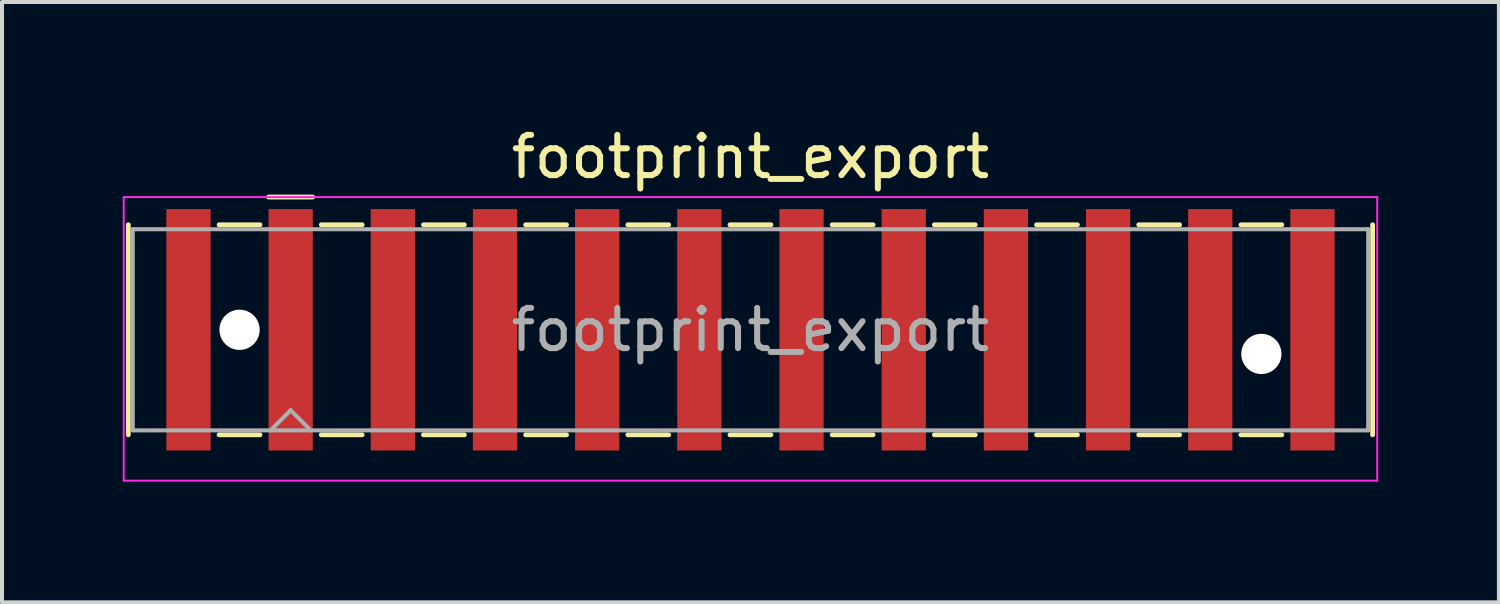
<source format=kicad_pcb>
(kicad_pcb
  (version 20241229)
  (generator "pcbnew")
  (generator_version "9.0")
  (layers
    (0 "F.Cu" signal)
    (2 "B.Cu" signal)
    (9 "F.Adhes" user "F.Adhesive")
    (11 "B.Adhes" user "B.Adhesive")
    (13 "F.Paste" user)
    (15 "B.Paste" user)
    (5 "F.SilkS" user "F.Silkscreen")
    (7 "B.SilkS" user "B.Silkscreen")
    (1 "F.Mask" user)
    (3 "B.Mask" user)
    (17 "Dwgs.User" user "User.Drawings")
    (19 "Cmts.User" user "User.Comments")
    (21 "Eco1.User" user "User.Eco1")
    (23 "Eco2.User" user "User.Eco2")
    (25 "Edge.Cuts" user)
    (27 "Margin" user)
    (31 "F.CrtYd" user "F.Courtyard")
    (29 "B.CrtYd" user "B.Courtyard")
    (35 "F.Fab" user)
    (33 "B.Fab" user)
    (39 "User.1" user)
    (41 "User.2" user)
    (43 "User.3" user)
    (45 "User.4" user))
  (footprint "footprint_export"
    (layer "F.Cu")
    (at 15.605 5.148)
    (property "Reference" "footprint_export" (at 0 -4.3 0) (layer "F.SilkS") (effects (font (size 1 1) (thickness 0.15))))
    (attr smd)
    (fp_line (start -15.465 -2.61) (end -15.465 2.61) (stroke (width 0.12) (type solid)) (layer "F.SilkS"))
    (fp_line (start -13.208 -2.61) (end -12.192 -2.61) (stroke (width 0.12) (type solid)) (layer "F.SilkS"))
    (fp_line (start -13.208 2.61) (end -12.192 2.61) (stroke (width 0.12) (type solid)) (layer "F.SilkS"))
    (fp_line (start -11.98 -3.3) (end -10.88 -3.3) (stroke (width 0.12) (type solid)) (layer "F.SilkS"))
    (fp_line (start -10.668 -2.61) (end -9.652 -2.61) (stroke (width 0.12) (type solid)) (layer "F.SilkS"))
    (fp_line (start -10.668 2.61) (end -9.652 2.61) (stroke (width 0.12) (type solid)) (layer "F.SilkS"))
    (fp_line (start -8.128 -2.61) (end -7.112 -2.61) (stroke (width 0.12) (type solid)) (layer "F.SilkS"))
    (fp_line (start -8.128 2.61) (end -7.112 2.61) (stroke (width 0.12) (type solid)) (layer "F.SilkS"))
    (fp_line (start -5.588 -2.61) (end -4.572 -2.61) (stroke (width 0.12) (type solid)) (layer "F.SilkS"))
    (fp_line (start -5.588 2.61) (end -4.572 2.61) (stroke (width 0.12) (type solid)) (layer "F.SilkS"))
    (fp_line (start -3.048 -2.61) (end -2.032 -2.61) (stroke (width 0.12) (type solid)) (layer "F.SilkS"))
    (fp_line (start -3.048 2.61) (end -2.032 2.61) (stroke (width 0.12) (type solid)) (layer "F.SilkS"))
    (fp_line (start -0.508 -2.61) (end 0.508 -2.61) (stroke (width 0.12) (type solid)) (layer "F.SilkS"))
    (fp_line (start -0.508 2.61) (end 0.508 2.61) (stroke (width 0.12) (type solid)) (layer "F.SilkS"))
    (fp_line (start 2.032 -2.61) (end 3.048 -2.61) (stroke (width 0.12) (type solid)) (layer "F.SilkS"))
    (fp_line (start 2.032 2.61) (end 3.048 2.61) (stroke (width 0.12) (type solid)) (layer "F.SilkS"))
    (fp_line (start 4.572 -2.61) (end 5.588 -2.61) (stroke (width 0.12) (type solid)) (layer "F.SilkS"))
    (fp_line (start 4.572 2.61) (end 5.588 2.61) (stroke (width 0.12) (type solid)) (layer "F.SilkS"))
    (fp_line (start 7.112 -2.61) (end 8.128 -2.61) (stroke (width 0.12) (type solid)) (layer "F.SilkS"))
    (fp_line (start 7.112 2.61) (end 8.128 2.61) (stroke (width 0.12) (type solid)) (layer "F.SilkS"))
    (fp_line (start 9.652 -2.61) (end 10.668 -2.61) (stroke (width 0.12) (type solid)) (layer "F.SilkS"))
    (fp_line (start 9.652 2.61) (end 10.668 2.61) (stroke (width 0.12) (type solid)) (layer "F.SilkS"))
    (fp_line (start 12.192 -2.61) (end 13.208 -2.61) (stroke (width 0.12) (type solid)) (layer "F.SilkS"))
    (fp_line (start 12.192 2.61) (end 13.208 2.61) (stroke (width 0.12) (type solid)) (layer "F.SilkS"))
    (fp_line (start 15.465 -2.61) (end 15.465 2.61) (stroke (width 0.12) (type solid)) (layer "F.SilkS"))
    (fp_line (start -15.58 -3.3) (end -15.58 3.75) (stroke (width 0.05) (type solid)) (layer "F.CrtYd"))
    (fp_line (start -15.58 3.75) (end 15.58 3.75) (stroke (width 0.05) (type solid)) (layer "F.CrtYd"))
    (fp_line (start 15.58 -3.3) (end -15.58 -3.3) (stroke (width 0.05) (type solid)) (layer "F.CrtYd"))
    (fp_line (start 15.58 3.75) (end 15.58 -3.3) (stroke (width 0.05) (type solid)) (layer "F.CrtYd"))
    (fp_line (start -15.355 -2.5) (end -15.355 2.5) (stroke (width 0.1) (type solid)) (layer "F.Fab"))
    (fp_line (start -15.355 2.5) (end 15.355 2.5) (stroke (width 0.1) (type solid)) (layer "F.Fab"))
    (fp_line (start -11.93 2.5) (end -11.43 2) (stroke (width 0.1) (type solid)) (layer "F.Fab"))
    (fp_line (start -11.43 2) (end -10.93 2.5) (stroke (width 0.1) (type solid)) (layer "F.Fab"))
    (fp_line (start 15.355 -2.5) (end -15.355 -2.5) (stroke (width 0.1) (type solid)) (layer "F.Fab"))
    (fp_line (start 15.355 2.5) (end 15.355 -2.5) (stroke (width 0.1) (type solid)) (layer "F.Fab"))
    (fp_text user "${REFERENCE}" (at 0 0 0) (layer "F.Fab") (effects (font (size 1 1) (thickness 0.15))))
    (pad "" np_thru_hole circle (at -12.7 0) (size 1 1) (drill 1) (layers "*.Cu" "*.Mask"))
    (pad "" np_thru_hole circle (at 12.7 0.6) (size 1 1) (drill 1) (layers "*.Cu" "*.Mask"))
    (pad "1" smd rect (at -11.43 0) (size 1.1 6) (layers "F.Cu" "F.Mask" "F.Paste"))
    (pad "2" smd rect (at -8.89 0) (size 1.1 6) (layers "F.Cu" "F.Mask" "F.Paste"))
    (pad "3" smd rect (at -6.35 0) (size 1.1 6) (layers "F.Cu" "F.Mask" "F.Paste"))
    (pad "4" smd rect (at -3.81 0) (size 1.1 6) (layers "F.Cu" "F.Mask" "F.Paste"))
    (pad "5" smd rect (at -1.27 0) (size 1.1 6) (layers "F.Cu" "F.Mask" "F.Paste"))
    (pad "6" smd rect (at 1.27 0) (size 1.1 6) (layers "F.Cu" "F.Mask" "F.Paste"))
    (pad "7" smd rect (at 3.81 0) (size 1.1 6) (layers "F.Cu" "F.Mask" "F.Paste"))
    (pad "8" smd rect (at 6.35 0) (size 1.1 6) (layers "F.Cu" "F.Mask" "F.Paste"))
    (pad "9" smd rect (at 8.89 0) (size 1.1 6) (layers "F.Cu" "F.Mask" "F.Paste"))
    (pad "10" smd rect (at 11.43 0) (size 1.1 6) (layers "F.Cu" "F.Mask" "F.Paste"))
    (pad "MP" smd rect (at -13.97 0) (size 1.1 6) (layers "F.Cu" "F.Mask" "F.Paste"))
    (pad "MP" smd rect (at 13.97 0) (size 1.1 6) (layers "F.Cu" "F.Mask" "F.Paste")))
  (gr_rect
    (start -3 -3)
    (end 34.21 11.923)
    (stroke (width 0.1) (type default))
    (fill no)
    (layer "Edge.Cuts")))
</source>
